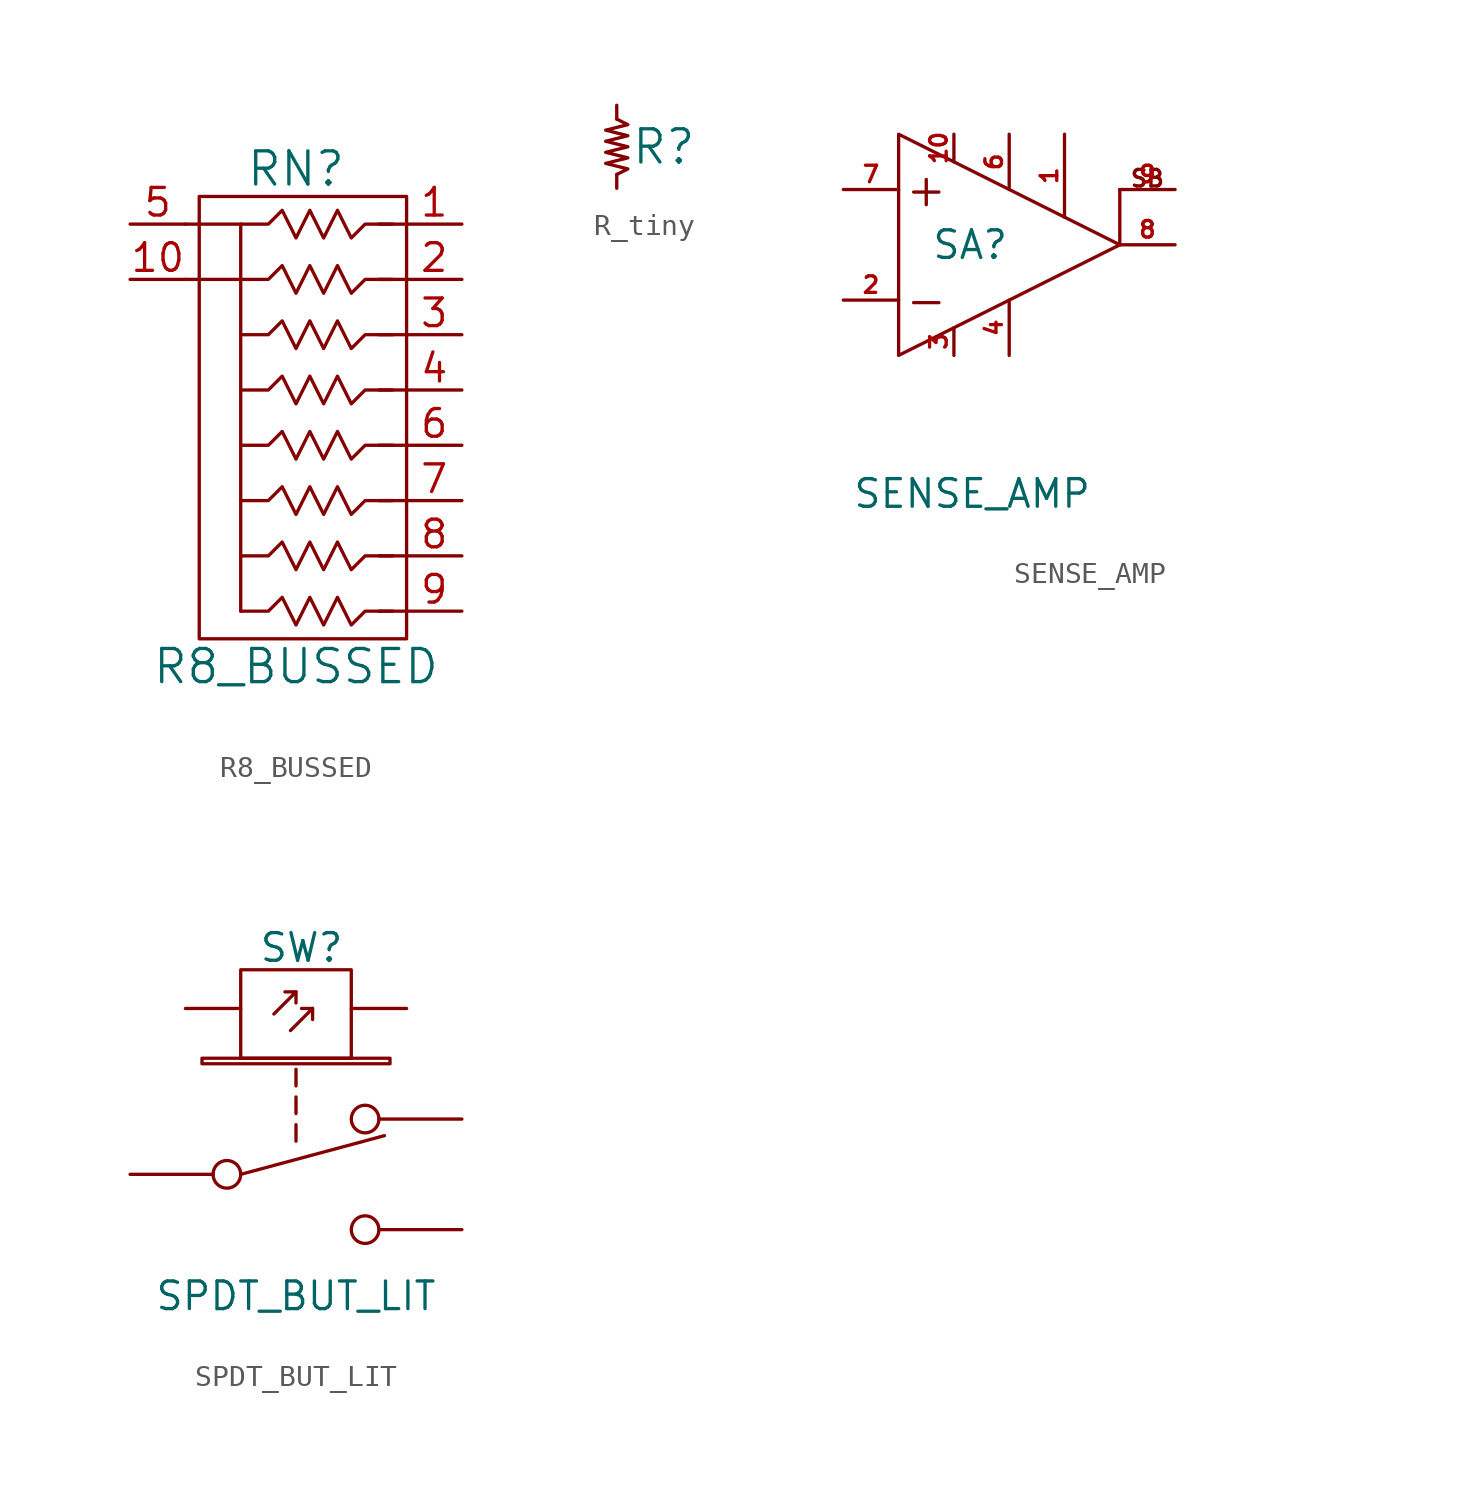
<source format=kicad_sym>
(kicad_symbol_lib
  (version 20211014)
  (generator kicad_symbol_editor)
  (symbol "R8_BUSSED"
    (pin_names
      (offset 1.016) hide)
    (property "Reference" "RN"
      (at 0 10.16 0)
      (effects (font (size 1.524 1.524))))
    (property "Value" "R8_BUSSED"
      (at 0 -12.7 0)
      (effects (font (size 1.524 1.524))))
    (symbol "R8_BUSSED_0_1"
      (rectangle (start -4.445 8.89) (end 5.08 -11.43) (stroke (width 0) (type default) (color 0 0 0 0)) (fill (type none)))
      (polyline (pts (xy -2.54 5.08) (xy -2.54 -10.16)) (stroke (width 0) (type default) (color 0 0 0 0)) (fill (type none)))
      (polyline (pts (xy 3.81 2.54) (xy 5.08 2.54)) (stroke (width 0) (type default) (color 0 0 0 0)) (fill (type none)))
      (polyline (pts (xy 5.08 -10.16) (xy 3.81 -10.16)) (stroke (width 0) (type default) (color 0 0 0 0)) (fill (type none)))
      (polyline (pts (xy 5.08 -7.62) (xy 3.81 -7.62)) (stroke (width 0) (type default) (color 0 0 0 0)) (fill (type none)))
      (polyline (pts (xy 5.08 -5.08) (xy 3.81 -5.08)) (stroke (width 0) (type default) (color 0 0 0 0)) (fill (type none)))
      (polyline (pts (xy 5.08 -2.54) (xy 3.81 -2.54)) (stroke (width 0) (type default) (color 0 0 0 0)) (fill (type none)))
      (polyline (pts (xy 5.08 0) (xy 3.81 0)) (stroke (width 0) (type default) (color 0 0 0 0)) (fill (type none)))
      (polyline (pts (xy 5.08 5.08) (xy 3.81 5.08)) (stroke (width 0) (type default) (color 0 0 0 0)) (fill (type none)))
      (polyline (pts (xy 5.08 7.62) (xy 3.81 7.62)) (stroke (width 0) (type default) (color 0 0 0 0)) (fill (type none)))
      (polyline (pts (xy -5.08 7.62) (xy -2.54 7.62) (xy -2.54 5.08) (xy -5.08 5.08)) (stroke (width 0) (type default) (color 0 0 0 0)) (fill (type none)))
      (polyline (pts (xy -2.54 -10.16) (xy -1.27 -10.16) (xy -0.635 -9.525) (xy 0 -10.795) (xy 0.635 -9.525) (xy 1.27 -10.795) (xy 1.905 -9.525) (xy 2.54 -10.795) (xy 3.175 -10.16) (xy 4.445 -10.16)) (stroke (width 0) (type default) (color 0 0 0 0)) (fill (type none)))
      (polyline (pts (xy -2.54 -7.62) (xy -1.27 -7.62) (xy -0.635 -6.985) (xy 0 -8.255) (xy 0.635 -6.985) (xy 1.27 -8.255) (xy 1.905 -6.985) (xy 2.54 -8.255) (xy 3.175 -7.62) (xy 4.445 -7.62)) (stroke (width 0) (type default) (color 0 0 0 0)) (fill (type none)))
      (polyline (pts (xy -2.54 -5.08) (xy -1.27 -5.08) (xy -0.635 -4.445) (xy 0 -5.715) (xy 0.635 -4.445) (xy 1.27 -5.715) (xy 1.905 -4.445) (xy 2.54 -5.715) (xy 3.175 -5.08) (xy 4.445 -5.08)) (stroke (width 0) (type default) (color 0 0 0 0)) (fill (type none)))
      (polyline (pts (xy -2.54 -2.54) (xy -1.27 -2.54) (xy -0.635 -1.905) (xy 0 -3.175) (xy 0.635 -1.905) (xy 1.27 -3.175) (xy 1.905 -1.905) (xy 2.54 -3.175) (xy 3.175 -2.54) (xy 4.445 -2.54)) (stroke (width 0) (type default) (color 0 0 0 0)) (fill (type none)))
      (polyline (pts (xy -2.54 0) (xy -1.27 0) (xy -0.635 0.635) (xy 0 -0.635) (xy 0.635 0.635) (xy 1.27 -0.635) (xy 1.905 0.635) (xy 2.54 -0.635) (xy 3.175 0) (xy 4.445 0)) (stroke (width 0) (type default) (color 0 0 0 0)) (fill (type none)))
      (polyline (pts (xy -2.54 2.54) (xy -1.27 2.54) (xy -0.635 3.175) (xy 0 1.905) (xy 0.635 3.175) (xy 1.27 1.905) (xy 1.905 3.175) (xy 2.54 1.905) (xy 3.175 2.54) (xy 4.445 2.54)) (stroke (width 0) (type default) (color 0 0 0 0)) (fill (type none)))
      (polyline (pts (xy -2.54 5.08) (xy -1.27 5.08) (xy -0.635 5.715) (xy 0 4.445) (xy 0.635 5.715) (xy 1.27 4.445) (xy 1.905 5.715) (xy 2.54 4.445) (xy 3.175 5.08) (xy 4.445 5.08)) (stroke (width 0) (type default) (color 0 0 0 0)) (fill (type none)))
      (polyline (pts (xy -2.54 7.62) (xy -1.27 7.62) (xy -0.635 8.255) (xy 0 6.985) (xy 0.635 8.255) (xy 1.27 6.985) (xy 1.905 8.255) (xy 2.54 6.985) (xy 3.175 7.62) (xy 4.445 7.62)) (stroke (width 0) (type default) (color 0 0 0 0)) (fill (type none))))
    (symbol "R8_BUSSED_1_1"
      (pin passive line (at 7.62 7.62 180) (length 2.54) (name "1" (effects (font (size 1.27 1.27)))) (number "1" (effects (font (size 1.27 1.27)))))
      (pin passive line (at -7.62 5.08 0) (length 2.54) (name "10" (effects (font (size 1.27 1.27)))) (number "10" (effects (font (size 1.27 1.27)))))
      (pin passive line (at 7.62 5.08 180) (length 2.54) (name "2" (effects (font (size 1.27 1.27)))) (number "2" (effects (font (size 1.27 1.27)))))
      (pin passive line (at 7.62 2.54 180) (length 2.54) (name "3" (effects (font (size 1.27 1.27)))) (number "3" (effects (font (size 1.27 1.27)))))
      (pin passive line (at 7.62 0 180) (length 2.54) (name "4" (effects (font (size 1.27 1.27)))) (number "4" (effects (font (size 1.27 1.27)))))
      (pin passive line (at -7.62 7.62 0) (length 2.54) (name "5" (effects (font (size 1.27 1.27)))) (number "5" (effects (font (size 1.27 1.27)))))
      (pin passive line (at 7.62 -2.54 180) (length 2.54) (name "6" (effects (font (size 1.27 1.27)))) (number "6" (effects (font (size 1.27 1.27)))))
      (pin passive line (at 7.62 -5.08 180) (length 2.54) (name "7" (effects (font (size 1.27 1.27)))) (number "7" (effects (font (size 1.27 1.27)))))
      (pin passive line (at 7.62 -7.62 180) (length 2.54) (name "8" (effects (font (size 1.27 1.27)))) (number "8" (effects (font (size 1.27 1.27)))))
      (pin passive line (at 7.62 -10.16 180) (length 2.54) (name "9" (effects (font (size 1.27 1.27)))) (number "9" (effects (font (size 1.27 1.27)))))))
  (symbol "R_tiny"
    (pin_names
      (offset 1.016))
    (property "Reference" "R"
      (at 2.159 0.635 0)
      (effects (font (size 1.524 1.524))))
    (symbol "R_tiny_0_1"
      (polyline (pts (xy 0 -0.635) (xy 0.508 -0.381) (xy -0.508 -0.127) (xy 0.508 0.127) (xy -0.508 0.381) (xy 0.508 0.635) (xy -0.508 0.889) (xy 0.508 1.143) (xy -0.508 1.397) (xy 0.508 1.651) (xy 0 1.905)) (stroke (width 0) (type default) (color 0 0 0 0)) (fill (type none))))
    (symbol "R_tiny_1_1"
      (pin passive line (at 0 -1.27 90) (length 0.635) (name "~" (effects (font (size 1.27 1.27)))) (number "~" (effects (font (size 1.27 1.27)))))
      (pin passive line (at 0 2.54 270) (length 0.635) (name "~" (effects (font (size 1.27 1.27)))) (number "~" (effects (font (size 1.27 1.27)))))))
  (symbol "SENSE_AMP"
    (pin_names
      (offset 0) hide)
    (property "Reference" "SA"
      (at 2.54 0 0)
      (effects (font (size 1.27 1.27)) (justify right)))
    (property "Value" "SENSE_AMP"
      (at 6.35 -11.43 0)
      (effects (font (size 1.27 1.27)) (justify right)))
    (property "Footprint" ""
      (at 17.78 -1.27 0)
      (effects (font (size 0.737 0.737))))
    (property "Datasheet" ""
      (at 1.27 0 0)
      (effects (font (size 1.524 1.524))))
    (symbol "SENSE_AMP_0_0"
      (polyline (pts (xy 7.62 0) (xy 7.62 2.54)) (stroke (width 0) (type default) (color 0 0 0 0)) (fill (type none)))
      (text "+" (at -1.27 2.54 0) (effects (font (size 1.524 1.524))))
      (text "-" (at -1.27 -2.54 0) (effects (font (size 1.524 1.524))))
      (text "SB" (at 8.89 3.048 0) (effects (font (size 0.762 0.762)))))
    (symbol "SENSE_AMP_0_1"
      (polyline (pts (xy -2.54 -5.08) (xy -2.54 5.08) (xy 7.62 0) (xy -2.54 -5.08)) (stroke (width 0) (type default) (color 0 0 0 0)) (fill (type none))))
    (symbol "SENSE_AMP_1_1"
      (pin input line (at 5.08 5.08 270) (length 3.81) (name "VYE" (effects (font (size 1.27 1.27)))) (number "1" (effects (font (size 0.762 0.762)))))
      (pin input line (at 0 5.08 270) (length 1.27) (name "+14V" (effects (font (size 1.016 1.016)))) (number "10" (effects (font (size 0.762 0.762)))))
      (pin input line (at -5.08 -2.54 0) (length 2.54) (name "-" (effects (font (size 1.27 1.27)))) (number "2" (effects (font (size 0.762 0.762)))))
      (pin input line (at 0 -5.08 90) (length 1.27) (name "0VDC" (effects (font (size 1.27 1.27)))) (number "3" (effects (font (size 0.762 0.762)))))
      (pin input line (at 2.54 -5.08 90) (length 2.54) (name "TUNE" (effects (font (size 1.27 1.27)))) (number "4" (effects (font (size 0.762 0.762)))))
      (pin input line (at 2.54 5.08 270) (length 2.54) (name "VXE" (effects (font (size 1.016 1.016)))) (number "6" (effects (font (size 0.762 0.762)))))
      (pin input line (at -5.08 2.54 0) (length 2.54) (name "+" (effects (font (size 1.016 1.016)))) (number "7" (effects (font (size 0.762 0.762)))))
      (pin output line (at 10.16 0 180) (length 2.54) (name "OUT" (effects (font (size 1.27 1.27)))) (number "8" (effects (font (size 0.762 0.762)))))
      (pin input line (at 10.16 2.54 180) (length 2.54) (name "SB" (effects (font (size 1.27 1.27)))) (number "9" (effects (font (size 0.762 0.762)))))))
  (symbol "SPDT_BUT_LIT"
    (pin_numbers hide)
    (pin_names
      (offset 1.016) hide)
    (property "Reference" "SW"
      (at 0.254 9.144 0)
      (effects (font (size 1.27 1.27))))
    (property "Value" "SPDT_BUT_LIT"
      (at 0 -6.858 0)
      (effects (font (size 1.27 1.27))))
    (property "Footprint" ""
      (at 0 1.524 0)
      (effects (font (size 1.524 1.524))))
    (property "Datasheet" ""
      (at 0 1.524 0)
      (effects (font (size 1.524 1.524))))
    (symbol "SPDT_BUT_LIT_0_1"
      (rectangle (start -4.318 3.81) (end 4.318 4.064) (stroke (width 0) (type default) (color 0 0 0 0)) (fill (type none)))
      (rectangle (start -2.54 4.064) (end 2.54 8.128) (stroke (width 0) (type default) (color 0 0 0 0)) (fill (type none)))
      (polyline (pts (xy -2.54 -1.27) (xy 4.064 0.508)) (stroke (width 0) (type default) (color 0 0 0 0)) (fill (type none)))
      (polyline (pts (xy 0 1.016) (xy 0 0.254)) (stroke (width 0) (type default) (color 0 0 0 0)) (fill (type none)))
      (polyline (pts (xy 0 2.286) (xy 0 1.524)) (stroke (width 0) (type default) (color 0 0 0 0)) (fill (type none)))
      (polyline (pts (xy 0 3.556) (xy 0 2.794)) (stroke (width 0) (type default) (color 0 0 0 0)) (fill (type none)))
      (polyline (pts (xy 0 7.112) (xy 0 6.604)) (stroke (width 0) (type default) (color 0 0 0 0)) (fill (type none)))
      (polyline (pts (xy 0.762 6.35) (xy 0.762 5.842)) (stroke (width 0) (type default) (color 0 0 0 0)) (fill (type none)))
      (polyline (pts (xy -1.016 6.096) (xy 0 7.112) (xy -0.508 7.112)) (stroke (width 0) (type default) (color 0 0 0 0)) (fill (type none)))
      (polyline (pts (xy -0.254 5.334) (xy 0.762 6.35) (xy 0.254 6.35)) (stroke (width 0) (type default) (color 0 0 0 0)) (fill (type none)))
      (pin passive inverted (at -7.62 -1.27 0) (length 5.08) (name "1" (effects (font (size 1.524 1.524)))) (number "1" (effects (font (size 1.524 1.524)))))
      (pin passive inverted (at 7.62 -3.81 180) (length 5.08) (name "2" (effects (font (size 1.524 1.524)))) (number "2" (effects (font (size 1.524 1.524)))))
      (pin passive inverted (at 7.62 1.27 180) (length 5.08) (name "2" (effects (font (size 1.524 1.524)))) (number "2" (effects (font (size 1.524 1.524)))))
      (pin passive line (at -5.08 6.35 0) (length 2.54) (name "VCC" (effects (font (size 1.524 1.524)))) (number "~" (effects (font (size 1.524 1.524)))))
      (pin passive line (at 5.08 6.35 180) (length 2.54) (name "~" (effects (font (size 1.524 1.524)))) (number "~" (effects (font (size 1.524 1.524))))))))
</source>
